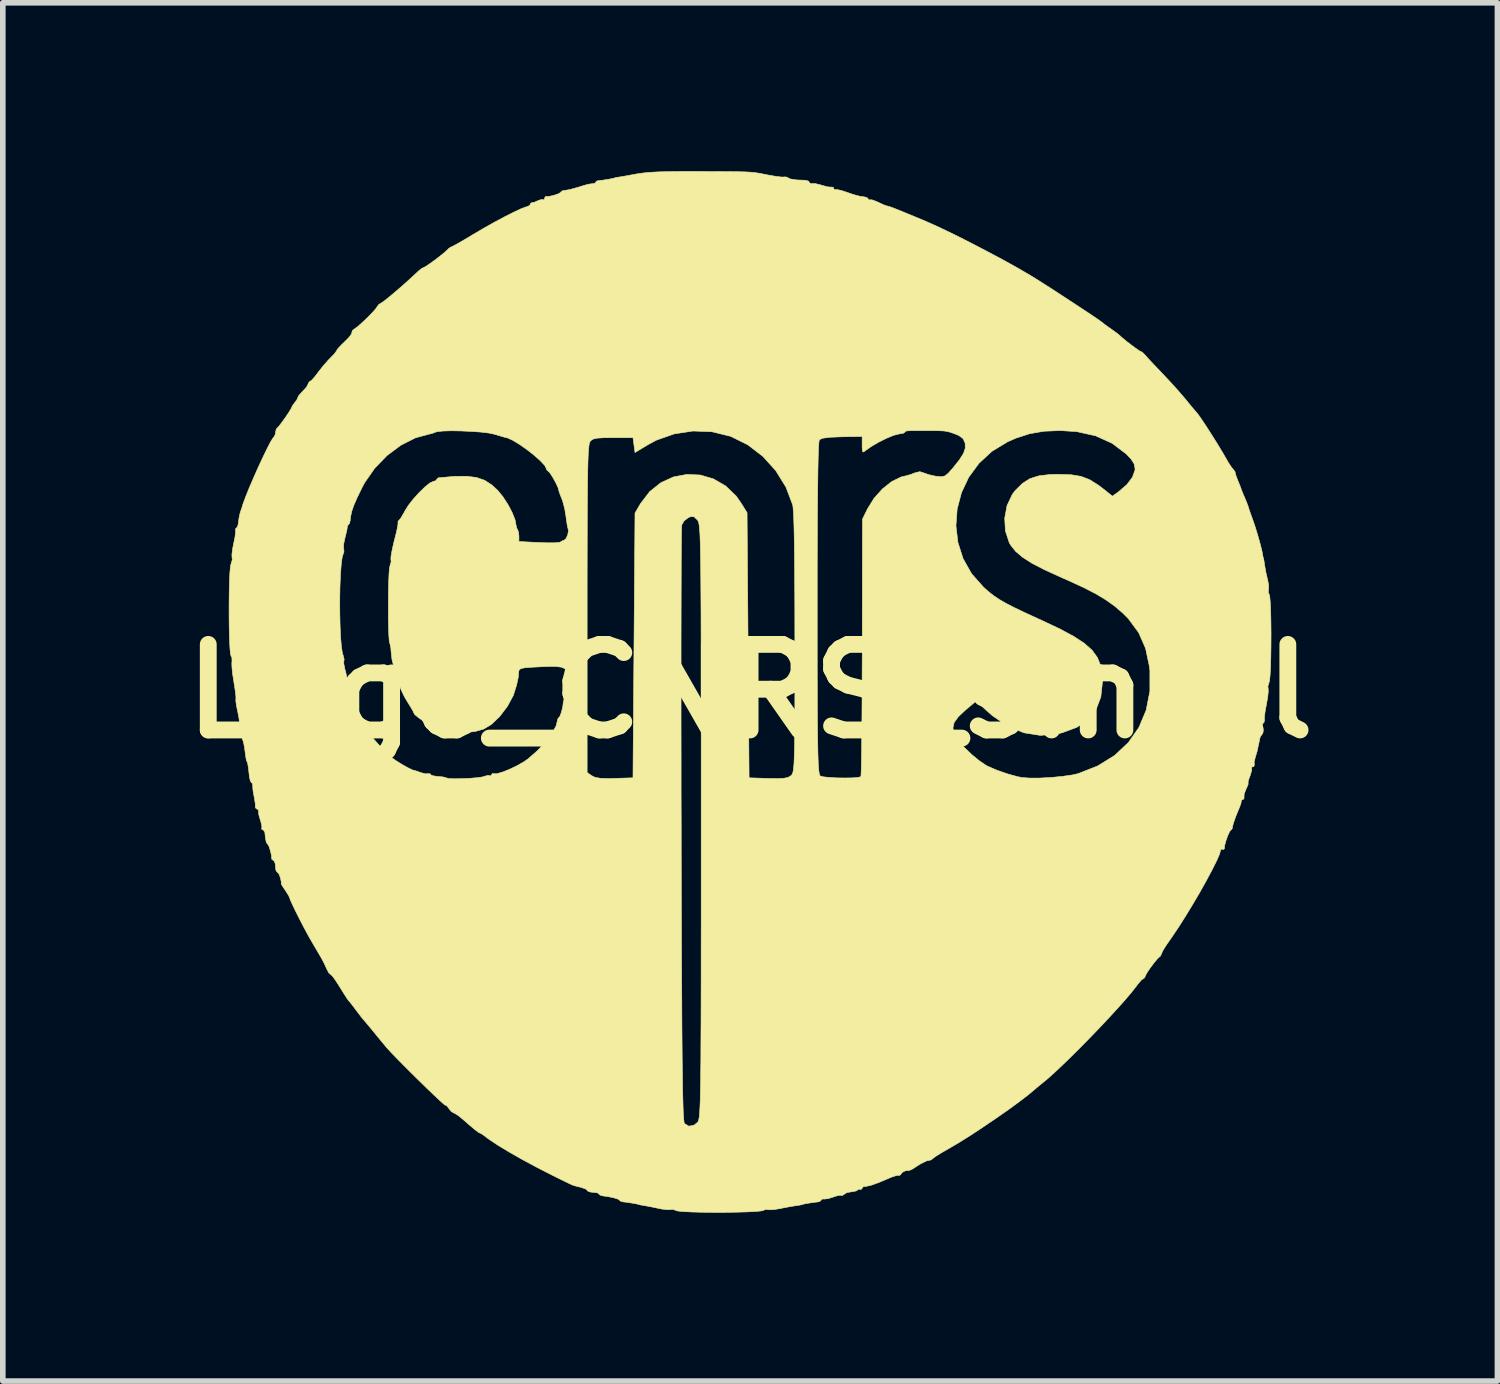
<source format=kicad_pcb>
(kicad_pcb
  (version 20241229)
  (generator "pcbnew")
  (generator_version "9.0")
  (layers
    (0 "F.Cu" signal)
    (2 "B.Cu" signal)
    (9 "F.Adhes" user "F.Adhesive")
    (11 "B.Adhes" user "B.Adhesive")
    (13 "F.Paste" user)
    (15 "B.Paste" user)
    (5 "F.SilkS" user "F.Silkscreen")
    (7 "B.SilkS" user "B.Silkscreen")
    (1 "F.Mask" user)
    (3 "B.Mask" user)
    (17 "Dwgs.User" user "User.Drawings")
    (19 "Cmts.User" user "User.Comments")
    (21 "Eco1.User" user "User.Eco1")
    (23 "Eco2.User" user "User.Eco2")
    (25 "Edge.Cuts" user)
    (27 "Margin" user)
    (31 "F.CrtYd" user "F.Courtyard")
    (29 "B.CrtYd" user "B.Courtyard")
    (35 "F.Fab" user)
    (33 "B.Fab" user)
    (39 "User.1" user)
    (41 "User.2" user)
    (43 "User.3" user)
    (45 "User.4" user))
  (footprint "Logo_CNRS_small"
    (layer "F.Cu")
    (at 10.312 9.264)
    (property "Reference" "Logo_CNRS_small" (at 0 0 0) (layer "F.SilkS") (effects (font (size 1.524 1.524) (thickness 0.3))))
    (attr through_hole)
    (fp_poly (pts (xy -0.871 -9.259) (xy -0.596 -9.258) (xy -0.382 -9.257) (xy -0.218 -9.255) (xy -0.093 -9.252) (xy 0.004 -9.247) (xy 0.085 -9.239) (xy 0.16 -9.228) (xy 0.242 -9.212) (xy 0.339 -9.193) (xy 0.467 -9.171) (xy 0.566 -9.16) (xy 0.617 -9.162) (xy 0.618 -9.163) (xy 0.662 -9.157) (xy 0.667 -9.15) (xy 0.718 -9.126) (xy 0.826 -9.109) (xy 0.975 -9.103) (xy 0.989 -9.103) (xy 1.043 -9.086) (xy 1.052 -9.066) (xy 1.078 -9.042) (xy 1.098 -9.045) (xy 1.159 -9.044) (xy 1.254 -9.021) (xy 1.283 -9.012) (xy 1.378 -8.986) (xy 1.445 -8.98) (xy 1.455 -8.983) (xy 1.485 -8.975) (xy 1.488 -8.959) (xy 1.5 -8.931) (xy 1.509 -8.936) (xy 1.553 -8.937) (xy 1.639 -8.917) (xy 1.681 -8.903) (xy 1.842 -8.848) (xy 1.957 -8.817) (xy 2.041 -8.806) (xy 2.095 -8.786) (xy 2.105 -8.767) (xy 2.121 -8.75) (xy 2.127 -8.755) (xy 2.17 -8.755) (xy 2.251 -8.725) (xy 2.281 -8.711) (xy 2.371 -8.669) (xy 2.433 -8.646) (xy 2.442 -8.645) (xy 2.486 -8.633) (xy 2.585 -8.596) (xy 2.741 -8.533) (xy 2.959 -8.443) (xy 3.138 -8.368) (xy 3.352 -8.272) (xy 3.612 -8.148) (xy 3.9 -8.003) (xy 4.201 -7.847) (xy 4.498 -7.689) (xy 4.773 -7.536) (xy 4.989 -7.41) (xy 5.082 -7.353) (xy 5.213 -7.27) (xy 5.37 -7.17) (xy 5.542 -7.058) (xy 5.719 -6.942) (xy 5.889 -6.83) (xy 6.041 -6.73) (xy 6.164 -6.647) (xy 6.246 -6.59) (xy 6.277 -6.566) (xy 6.316 -6.535) (xy 6.392 -6.48) (xy 6.423 -6.459) (xy 6.505 -6.4) (xy 6.56 -6.359) (xy 6.568 -6.352) (xy 6.617 -6.307) (xy 6.696 -6.241) (xy 6.788 -6.17) (xy 6.875 -6.106) (xy 6.938 -6.063) (xy 6.96 -6.053) (xy 6.989 -6.037) (xy 7.043 -5.983) (xy 7.045 -5.98) (xy 7.101 -5.917) (xy 7.193 -5.819) (xy 7.304 -5.702) (xy 7.361 -5.642) (xy 7.492 -5.503) (xy 7.626 -5.354) (xy 7.739 -5.223) (xy 7.767 -5.189) (xy 7.85 -5.087) (xy 7.915 -5.01) (xy 7.949 -4.972) (xy 7.949 -4.971) (xy 7.985 -4.927) (xy 8.049 -4.835) (xy 8.132 -4.71) (xy 8.223 -4.568) (xy 8.314 -4.423) (xy 8.395 -4.29) (xy 8.453 -4.191) (xy 8.518 -4.078) (xy 8.574 -3.992) (xy 8.608 -3.951) (xy 8.638 -3.913) (xy 8.639 -3.906) (xy 8.649 -3.86) (xy 8.68 -3.776) (xy 8.69 -3.751) (xy 8.725 -3.665) (xy 8.744 -3.615) (xy 8.745 -3.61) (xy 8.758 -3.575) (xy 8.79 -3.496) (xy 8.806 -3.461) (xy 8.846 -3.364) (xy 8.872 -3.295) (xy 8.875 -3.284) (xy 8.892 -3.23) (xy 8.925 -3.136) (xy 8.944 -3.084) (xy 8.993 -2.943) (xy 9.043 -2.78) (xy 9.087 -2.623) (xy 9.119 -2.495) (xy 9.127 -2.449) (xy 9.138 -2.39) (xy 9.143 -2.377) (xy 9.151 -2.345) (xy 9.163 -2.267) (xy 9.165 -2.252) (xy 9.186 -2.129) (xy 9.216 -1.997) (xy 9.219 -1.988) (xy 9.237 -1.89) (xy 9.237 -1.821) (xy 9.233 -1.812) (xy 9.232 -1.755) (xy 9.246 -1.731) (xy 9.258 -1.681) (xy 9.267 -1.572) (xy 9.274 -1.417) (xy 9.278 -1.23) (xy 9.28 -1.025) (xy 9.279 -0.814) (xy 9.276 -0.611) (xy 9.271 -0.43) (xy 9.263 -0.285) (xy 9.253 -0.188) (xy 9.244 -0.155) (xy 9.223 -0.085) (xy 9.228 -0.058) (xy 9.231 0.002) (xy 9.22 0.109) (xy 9.197 0.237) (xy 9.174 0.364) (xy 9.162 0.462) (xy 9.163 0.51) (xy 9.164 0.51) (xy 9.156 0.552) (xy 9.144 0.562) (xy 9.121 0.604) (xy 9.126 0.616) (xy 9.128 0.67) (xy 9.111 0.735) (xy 9.082 0.833) (xy 9.058 0.949) (xy 9.057 0.951) (xy 9.032 1.07) (xy 9 1.177) (xy 8.979 1.259) (xy 8.983 1.309) (xy 8.975 1.34) (xy 8.959 1.343) (xy 8.931 1.355) (xy 8.935 1.364) (xy 8.936 1.408) (xy 8.912 1.489) (xy 8.905 1.509) (xy 8.876 1.589) (xy 8.87 1.631) (xy 8.872 1.633) (xy 8.871 1.661) (xy 8.842 1.729) (xy 8.835 1.743) (xy 8.802 1.827) (xy 8.798 1.885) (xy 8.8 1.888) (xy 8.796 1.921) (xy 8.783 1.923) (xy 8.751 1.942) (xy 8.751 1.95) (xy 8.743 2.001) (xy 8.718 2.068) (xy 8.655 2.222) (xy 8.611 2.345) (xy 8.591 2.423) (xy 8.591 2.44) (xy 8.574 2.467) (xy 8.569 2.467) (xy 8.543 2.498) (xy 8.508 2.574) (xy 8.475 2.668) (xy 8.452 2.754) (xy 8.449 2.806) (xy 8.433 2.819) (xy 8.419 2.813) (xy 8.385 2.816) (xy 8.382 2.83) (xy 8.363 2.9) (xy 8.311 3.02) (xy 8.231 3.18) (xy 8.13 3.369) (xy 8.014 3.577) (xy 7.887 3.793) (xy 7.757 4.007) (xy 7.63 4.207) (xy 7.51 4.384) (xy 7.477 4.432) (xy 7.403 4.539) (xy 7.35 4.626) (xy 7.33 4.673) (xy 7.33 4.674) (xy 7.308 4.72) (xy 7.303 4.723) (xy 7.26 4.761) (xy 7.197 4.836) (xy 7.129 4.927) (xy 7.071 5.013) (xy 7.041 5.07) (xy 7.039 5.078) (xy 7.017 5.115) (xy 7.009 5.116) (xy 6.971 5.143) (xy 6.912 5.211) (xy 6.887 5.245) (xy 6.79 5.369) (xy 6.651 5.532) (xy 6.478 5.723) (xy 6.283 5.933) (xy 6.075 6.15) (xy 5.864 6.365) (xy 5.661 6.566) (xy 5.475 6.744) (xy 5.318 6.887) (xy 5.222 6.967) (xy 5.138 7.035) (xy 5.075 7.088) (xy 5.067 7.095) (xy 4.952 7.191) (xy 4.789 7.316) (xy 4.592 7.46) (xy 4.372 7.613) (xy 4.145 7.767) (xy 3.923 7.913) (xy 3.72 8.04) (xy 3.55 8.14) (xy 3.538 8.147) (xy 3.416 8.217) (xy 3.32 8.276) (xy 3.266 8.315) (xy 3.262 8.319) (xy 3.223 8.349) (xy 3.217 8.35) (xy 3.141 8.367) (xy 3.031 8.422) (xy 2.957 8.469) (xy 2.882 8.517) (xy 2.834 8.537) (xy 2.83 8.537) (xy 2.776 8.539) (xy 2.715 8.567) (xy 2.685 8.604) (xy 2.685 8.604) (xy 2.664 8.626) (xy 2.655 8.622) (xy 2.609 8.626) (xy 2.52 8.655) (xy 2.447 8.686) (xy 2.296 8.75) (xy 2.162 8.798) (xy 2.061 8.822) (xy 2.023 8.823) (xy 1.997 8.845) (xy 1.996 8.856) (xy 1.973 8.878) (xy 1.959 8.872) (xy 1.926 8.869) (xy 1.923 8.879) (xy 1.891 8.901) (xy 1.814 8.916) (xy 1.805 8.916) (xy 1.721 8.932) (xy 1.676 8.96) (xy 1.675 8.962) (xy 1.642 8.984) (xy 1.631 8.98) (xy 1.58 8.979) (xy 1.494 9.004) (xy 1.48 9.01) (xy 1.388 9.039) (xy 1.32 9.046) (xy 1.315 9.044) (xy 1.274 9.049) (xy 1.27 9.061) (xy 1.24 9.09) (xy 1.206 9.097) (xy 1.134 9.105) (xy 1.044 9.119) (xy 0.965 9.133) (xy 0.926 9.143) (xy 0.925 9.144) (xy 0.894 9.152) (xy 0.821 9.163) (xy 0.721 9.179) (xy 0.592 9.203) (xy 0.536 9.215) (xy 0.426 9.233) (xy 0.345 9.237) (xy 0.322 9.232) (xy 0.267 9.232) (xy 0.243 9.246) (xy 0.194 9.258) (xy 0.087 9.268) (xy -0.066 9.275) (xy -0.25 9.28) (xy -0.452 9.283) (xy -0.661 9.283) (xy -0.862 9.281) (xy -1.042 9.276) (xy -1.188 9.269) (xy -1.288 9.259) (xy -1.328 9.247) (xy -1.376 9.227) (xy -1.403 9.232) (xy -1.468 9.236) (xy -1.572 9.224) (xy -1.626 9.213) (xy -1.749 9.187) (xy -1.857 9.167) (xy -1.887 9.162) (xy -1.955 9.15) (xy -1.978 9.144) (xy -2.009 9.135) (xy -2.084 9.121) (xy -2.174 9.107) (xy -2.25 9.097) (xy -2.259 9.097) (xy -2.313 9.081) (xy -2.322 9.068) (xy -2.355 9.046) (xy -2.437 9.021) (xy -2.548 8.999) (xy -2.622 8.99) (xy -2.676 8.974) (xy -2.685 8.961) (xy -2.715 8.938) (xy -2.74 8.932) (xy -2.828 8.923) (xy -2.848 8.92) (xy -2.897 8.901) (xy -2.903 8.888) (xy -2.934 8.864) (xy -3.011 8.838) (xy -3.021 8.835) (xy -3.076 8.822) (xy -3.118 8.811) (xy -3.161 8.797) (xy -3.217 8.772) (xy -3.3 8.732) (xy -3.424 8.671) (xy -3.574 8.596) (xy -3.825 8.467) (xy -4.071 8.334) (xy -4.299 8.204) (xy -4.497 8.084) (xy -4.652 7.981) (xy -4.743 7.912) (xy -4.792 7.878) (xy -4.806 7.874) (xy -4.838 7.858) (xy -4.905 7.807) (xy -5.014 7.715) (xy -5.111 7.63) (xy -5.195 7.561) (xy -5.261 7.519) (xy -5.28 7.512) (xy -5.325 7.484) (xy -5.364 7.435) (xy -5.405 7.383) (xy -5.427 7.375) (xy -5.456 7.355) (xy -5.526 7.292) (xy -5.628 7.196) (xy -5.754 7.076) (xy -5.893 6.94) (xy -6.036 6.799) (xy -6.175 6.66) (xy -6.3 6.533) (xy -6.401 6.428) (xy -6.47 6.352) (xy -6.477 6.344) (xy -6.537 6.272) (xy -6.624 6.167) (xy -6.712 6.059) (xy -6.795 5.958) (xy -6.86 5.881) (xy -6.893 5.843) (xy -6.894 5.842) (xy -6.925 5.804) (xy -6.982 5.729) (xy -7.02 5.679) (xy -7.086 5.591) (xy -7.135 5.53) (xy -7.149 5.515) (xy -7.177 5.477) (xy -7.231 5.394) (xy -7.3 5.283) (xy -7.307 5.271) (xy -7.378 5.16) (xy -7.436 5.079) (xy -7.472 5.044) (xy -7.474 5.044) (xy -7.507 5.014) (xy -7.543 4.944) (xy -7.591 4.839) (xy -7.647 4.735) (xy -7.703 4.64) (xy -7.775 4.518) (xy -7.816 4.447) (xy -7.881 4.333) (xy -7.955 4.194) (xy -8.031 4.047) (xy -8.102 3.906) (xy -8.158 3.789) (xy -8.193 3.709) (xy -8.201 3.684) (xy -8.22 3.64) (xy -8.268 3.564) (xy -8.282 3.543) (xy -8.331 3.471) (xy -8.352 3.432) (xy -8.352 3.429) (xy -8.351 3.399) (xy -8.365 3.329) (xy -8.391 3.257) (xy -8.416 3.229) (xy -8.443 3.2) (xy -8.449 3.175) (xy -8.458 3.087) (xy -8.461 3.066) (xy -8.482 3.018) (xy -8.497 3.012) (xy -8.523 2.988) (xy -8.522 2.985) (xy -8.526 2.925) (xy -8.545 2.842) (xy -8.57 2.765) (xy -8.593 2.723) (xy -8.597 2.721) (xy -8.618 2.694) (xy -8.635 2.605) (xy -8.644 2.513) (xy -8.671 2.471) (xy -8.684 2.467) (xy -8.704 2.453) (xy -8.699 2.446) (xy -8.697 2.402) (xy -8.717 2.317) (xy -8.727 2.286) (xy -8.753 2.194) (xy -8.758 2.134) (xy -8.754 2.126) (xy -8.761 2.106) (xy -8.777 2.105) (xy -8.812 2.077) (xy -8.813 2.059) (xy -8.815 1.997) (xy -8.831 1.898) (xy -8.837 1.869) (xy -8.855 1.766) (xy -8.861 1.69) (xy -8.859 1.678) (xy -8.869 1.636) (xy -8.879 1.633) (xy -8.902 1.601) (xy -8.919 1.524) (xy -8.92 1.515) (xy -8.936 1.369) (xy -8.951 1.278) (xy -8.963 1.252) (xy -8.97 1.24) (xy -8.98 1.194) (xy -8.993 1.1) (xy -9.007 0.996) (xy -9.025 0.904) (xy -9.047 0.845) (xy -9.057 0.779) (xy -9.05 0.747) (xy -9.051 0.698) (xy -9.071 0.689) (xy -9.1 0.663) (xy -9.096 0.638) (xy -9.093 0.577) (xy -9.106 0.472) (xy -9.125 0.376) (xy -9.149 0.26) (xy -9.161 0.174) (xy -9.16 0.142) (xy -9.159 0.098) (xy -9.17 0.001) (xy -9.19 -0.131) (xy -9.198 -0.178) (xy -9.22 -0.321) (xy -9.231 -0.442) (xy -9.232 -0.517) (xy -9.229 -0.528) (xy -9.231 -0.601) (xy -9.246 -0.626) (xy -9.258 -0.677) (xy -9.267 -0.786) (xy -9.274 -0.942) (xy -9.279 -1.131) (xy -9.281 -1.34) (xy -9.281 -1.555) (xy -9.28 -1.637) (xy -7.31 -1.637) (xy -7.309 -1.402) (xy -7.304 -1.176) (xy -7.295 -0.971) (xy -7.281 -0.802) (xy -7.263 -0.68) (xy -7.245 -0.626) (xy -7.231 -0.566) (xy -7.236 -0.549) (xy -7.239 -0.497) (xy -7.221 -0.405) (xy -7.208 -0.358) (xy -7.183 -0.252) (xy -7.173 -0.172) (xy -7.176 -0.154) (xy -7.165 -0.113) (xy -7.149 -0.109) (xy -7.123 -0.089) (xy -7.127 -0.078) (xy -7.125 -0.026) (xy -7.099 0.074) (xy -7.053 0.206) (xy -6.994 0.352) (xy -6.929 0.497) (xy -6.864 0.623) (xy -6.86 0.629) (xy -6.711 0.845) (xy -6.521 1.057) (xy -6.378 1.187) (xy -6.3 1.242) (xy -6.198 1.305) (xy -6.095 1.363) (xy -6.015 1.401) (xy -5.987 1.409) (xy -5.944 1.421) (xy -5.866 1.449) (xy -5.783 1.471) (xy -5.73 1.468) (xy -5.699 1.47) (xy -5.697 1.48) (xy -5.665 1.502) (xy -5.586 1.516) (xy -5.565 1.517) (xy -5.472 1.526) (xy -5.415 1.541) (xy -5.411 1.544) (xy -5.364 1.555) (xy -5.265 1.559) (xy -5.136 1.557) (xy -4.997 1.551) (xy -4.868 1.54) (xy -4.771 1.527) (xy -4.728 1.513) (xy -4.666 1.498) (xy -4.646 1.505) (xy -4.612 1.502) (xy -4.608 1.488) (xy -4.587 1.463) (xy -4.575 1.468) (xy -4.516 1.47) (xy -4.413 1.441) (xy -4.285 1.39) (xy -4.149 1.325) (xy -4.024 1.253) (xy -3.955 1.204) (xy -3.788 1.058) (xy -3.642 0.902) (xy -3.528 0.751) (xy -3.456 0.617) (xy -3.437 0.541) (xy -3.422 0.484) (xy -3.408 0.472) (xy -3.385 0.441) (xy -3.359 0.366) (xy -3.337 0.276) (xy -3.328 0.199) (xy -3.328 0.191) (xy -3.313 0.148) (xy -3.304 0.145) (xy -3.286 0.112) (xy -3.27 0.022) (xy -3.26 -0.107) (xy -3.255 -0.259) (xy -3.255 -0.266) (xy -3.263 -0.345) (xy -3.294 -0.398) (xy -3.359 -0.429) (xy -3.468 -0.442) (xy -3.634 -0.441) (xy -3.737 -0.436) (xy -3.907 -0.427) (xy -4.017 -0.418) (xy -4.081 -0.404) (xy -4.112 -0.383) (xy -4.122 -0.35) (xy -4.124 -0.327) (xy -4.13 -0.251) (xy -4.136 -0.218) (xy -4.147 -0.172) (xy -4.158 -0.115) (xy -4.218 0.075) (xy -4.324 0.27) (xy -4.459 0.448) (xy -4.61 0.592) (xy -4.747 0.674) (xy -4.897 0.716) (xy -5.084 0.738) (xy -5.277 0.74) (xy -5.445 0.719) (xy -5.492 0.706) (xy -5.586 0.666) (xy -5.698 0.605) (xy -5.812 0.536) (xy -5.91 0.468) (xy -5.973 0.415) (xy -5.987 0.392) (xy -6.006 0.35) (xy -6.053 0.269) (xy -6.091 0.21) (xy -6.158 0.097) (xy -6.218 -0.03) (xy -6.264 -0.149) (xy -6.286 -0.237) (xy -6.285 -0.263) (xy -6.305 -0.289) (xy -6.316 -0.29) (xy -6.338 -0.312) (xy -6.334 -0.324) (xy -6.331 -0.378) (xy -6.351 -0.456) (xy -6.379 -0.565) (xy -6.393 -0.686) (xy -6.393 -0.686) (xy -6.401 -0.783) (xy -6.416 -0.848) (xy -6.419 -0.853) (xy -6.429 -0.905) (xy -6.436 -1.014) (xy -6.441 -1.166) (xy -6.444 -1.347) (xy -6.444 -1.465) (xy -2.903 -1.465) (xy -2.903 1.447) (xy -2.821 1.505) (xy -2.76 1.534) (xy -2.668 1.55) (xy -2.531 1.555) (xy -2.413 1.552) (xy -2.086 1.542) (xy -2.075 0.081) (xy -1.23 0.081) (xy -1.23 0.625) (xy -1.229 1.197) (xy -1.229 1.792) (xy -1.227 2.384) (xy -1.226 3.132) (xy -1.224 3.81) (xy -1.222 4.422) (xy -1.22 4.97) (xy -1.217 5.458) (xy -1.215 5.888) (xy -1.212 6.264) (xy -1.209 6.589) (xy -1.205 6.865) (xy -1.202 7.096) (xy -1.197 7.285) (xy -1.193 7.434) (xy -1.188 7.547) (xy -1.182 7.627) (xy -1.176 7.677) (xy -1.17 7.7) (xy -1.169 7.701) (xy -1.091 7.748) (xy -0.999 7.73) (xy -0.934 7.678) (xy -0.926 7.666) (xy -0.918 7.646) (xy -0.911 7.616) (xy -0.904 7.571) (xy -0.899 7.509) (xy -0.894 7.425) (xy -0.889 7.317) (xy -0.886 7.18) (xy -0.882 7.012) (xy -0.88 6.808) (xy -0.877 6.566) (xy -0.876 6.282) (xy -0.874 5.951) (xy -0.873 5.572) (xy -0.872 5.14) (xy -0.872 4.651) (xy -0.871 4.103) (xy -0.871 3.492) (xy -0.871 2.814) (xy -0.871 2.321) (xy -0.871 1.597) (xy -0.871 0.943) (xy -0.871 0.354) (xy -0.872 -0.173) (xy -0.872 -0.642) (xy -0.873 -1.056) (xy -0.874 -1.418) (xy -0.876 -1.732) (xy -0.878 -2.002) (xy -0.88 -2.231) (xy -0.883 -2.423) (xy -0.886 -2.58) (xy -0.89 -2.708) (xy -0.894 -2.809) (xy -0.9 -2.886) (xy -0.905 -2.944) (xy -0.912 -2.986) (xy -0.919 -3.015) (xy -0.928 -3.035) (xy -0.937 -3.049) (xy -0.939 -3.052) (xy -0.997 -3.108) (xy -1.054 -3.112) (xy -1.101 -3.093) (xy -1.179 -3.032) (xy -1.217 -2.963) (xy -1.22 -2.918) (xy -1.222 -2.803) (xy -1.224 -2.625) (xy -1.226 -2.386) (xy -1.227 -2.091) (xy -1.228 -1.744) (xy -1.229 -1.349) (xy -1.23 -0.911) (xy -1.23 -0.433) (xy -1.23 0.081) (xy -2.075 0.081) (xy -2.068 -0.816) (xy -2.05 -3.175) (xy -1.951 -3.344) (xy -1.787 -3.558) (xy -1.588 -3.716) (xy -1.365 -3.818) (xy -1.127 -3.863) (xy -0.886 -3.852) (xy -0.652 -3.783) (xy -0.436 -3.658) (xy -0.247 -3.476) (xy -0.164 -3.358) (xy -0.054 -3.181) (xy -0.036 -0.819) (xy -0.018 1.542) (xy 0.322 1.553) (xy 0.491 1.555) (xy 0.604 1.55) (xy 0.677 1.534) (xy 0.725 1.506) (xy 0.73 1.502) (xy 0.744 1.487) (xy 0.756 1.465) (xy 0.766 1.431) (xy 0.774 1.379) (xy 0.781 1.304) (xy 0.786 1.201) (xy 0.79 1.064) (xy 0.793 0.888) (xy 0.795 0.668) (xy 0.797 0.397) (xy 0.798 0.071) (xy 0.798 -0.315) (xy 0.798 -0.768) (xy 0.798 -0.867) (xy 0.797 -1.423) (xy 0.797 -1.483) (xy 1.196 -1.483) (xy 1.196 -0.945) (xy 1.196 -0.474) (xy 1.197 -0.068) (xy 1.198 0.28) (xy 1.2 0.573) (xy 1.203 0.817) (xy 1.206 1.015) (xy 1.21 1.172) (xy 1.215 1.293) (xy 1.221 1.382) (xy 1.228 1.444) (xy 1.236 1.483) (xy 1.245 1.504) (xy 1.25 1.509) (xy 1.305 1.524) (xy 1.41 1.535) (xy 1.544 1.543) (xy 1.688 1.545) (xy 1.821 1.543) (xy 1.923 1.535) (xy 1.973 1.522) (xy 1.974 1.522) (xy 1.977 1.483) (xy 1.981 1.378) (xy 1.984 1.212) (xy 1.987 0.993) (xy 1.99 0.726) (xy 1.991 0.656) (xy 3.613 0.656) (xy 3.638 0.762) (xy 3.642 0.773) (xy 3.705 0.873) (xy 3.81 0.995) (xy 3.942 1.122) (xy 4.08 1.236) (xy 4.207 1.322) (xy 4.23 1.334) (xy 4.394 1.405) (xy 4.583 1.471) (xy 4.763 1.521) (xy 4.844 1.537) (xy 4.981 1.547) (xy 5.165 1.546) (xy 5.37 1.535) (xy 5.572 1.515) (xy 5.746 1.49) (xy 5.842 1.468) (xy 6.193 1.33) (xy 6.493 1.144) (xy 6.739 0.913) (xy 6.927 0.643) (xy 7.056 0.336) (xy 7.122 -0.001) (xy 7.122 -0.366) (xy 7.113 -0.443) (xy 7.045 -0.765) (xy 6.923 -1.043) (xy 6.742 -1.289) (xy 6.64 -1.392) (xy 6.498 -1.514) (xy 6.343 -1.625) (xy 6.163 -1.734) (xy 5.946 -1.846) (xy 5.677 -1.97) (xy 5.534 -2.033) (xy 5.247 -2.164) (xy 5.022 -2.28) (xy 4.852 -2.389) (xy 4.728 -2.495) (xy 4.642 -2.604) (xy 4.617 -2.647) (xy 4.548 -2.857) (xy 4.536 -3.084) (xy 4.577 -3.307) (xy 4.67 -3.505) (xy 4.725 -3.577) (xy 4.851 -3.702) (xy 4.984 -3.787) (xy 5.141 -3.837) (xy 5.339 -3.861) (xy 5.497 -3.864) (xy 5.719 -3.857) (xy 5.894 -3.828) (xy 6.047 -3.77) (xy 6.202 -3.673) (xy 6.32 -3.583) (xy 6.454 -3.475) (xy 6.562 -3.552) (xy 6.711 -3.68) (xy 6.812 -3.814) (xy 6.857 -3.942) (xy 6.858 -3.964) (xy 6.842 -4.05) (xy 6.785 -4.139) (xy 6.7 -4.228) (xy 6.45 -4.417) (xy 6.156 -4.55) (xy 5.82 -4.625) (xy 5.526 -4.644) (xy 5.234 -4.632) (xy 4.98 -4.588) (xy 4.736 -4.509) (xy 4.588 -4.444) (xy 4.308 -4.274) (xy 4.077 -4.061) (xy 3.895 -3.813) (xy 3.766 -3.539) (xy 3.689 -3.248) (xy 3.667 -2.949) (xy 3.702 -2.651) (xy 3.794 -2.363) (xy 3.945 -2.095) (xy 4.157 -1.855) (xy 4.16 -1.852) (xy 4.25 -1.772) (xy 4.339 -1.703) (xy 4.436 -1.637) (xy 4.552 -1.57) (xy 4.699 -1.494) (xy 4.887 -1.404) (xy 5.128 -1.293) (xy 5.214 -1.254) (xy 5.521 -1.109) (xy 5.765 -0.978) (xy 5.953 -0.855) (xy 6.091 -0.733) (xy 6.185 -0.604) (xy 6.243 -0.463) (xy 6.271 -0.303) (xy 6.277 -0.167) (xy 6.248 0.102) (xy 6.163 0.325) (xy 6.021 0.505) (xy 5.82 0.643) (xy 5.56 0.739) (xy 5.465 0.761) (xy 5.17 0.786) (xy 4.879 0.74) (xy 4.594 0.623) (xy 4.319 0.437) (xy 4.237 0.365) (xy 4.028 0.174) (xy 3.843 0.329) (xy 3.71 0.453) (xy 3.635 0.557) (xy 3.613 0.656) (xy 1.991 0.656) (xy 1.993 0.417) (xy 1.995 0.073) (xy 1.996 -0.301) (xy 1.998 -0.697) (xy 1.998 -0.782) (xy 2.002 -3.066) (xy 2.09 -3.246) (xy 2.207 -3.436) (xy 2.357 -3.604) (xy 2.523 -3.735) (xy 2.69 -3.817) (xy 2.753 -3.832) (xy 2.861 -3.861) (xy 2.93 -3.889) (xy 3.023 -3.912) (xy 3.093 -3.89) (xy 3.183 -3.858) (xy 3.3 -3.832) (xy 3.323 -3.829) (xy 3.408 -3.821) (xy 3.469 -3.835) (xy 3.529 -3.882) (xy 3.611 -3.974) (xy 3.613 -3.977) (xy 3.731 -4.125) (xy 3.802 -4.238) (xy 3.833 -4.33) (xy 3.831 -4.415) (xy 3.829 -4.425) (xy 3.794 -4.501) (xy 3.719 -4.556) (xy 3.654 -4.583) (xy 3.578 -4.61) (xy 3.517 -4.627) (xy 3.453 -4.637) (xy 3.366 -4.641) (xy 3.237 -4.643) (xy 3.139 -4.643) (xy 2.969 -4.643) (xy 2.859 -4.642) (xy 2.795 -4.638) (xy 2.766 -4.631) (xy 2.758 -4.619) (xy 2.758 -4.615) (xy 2.726 -4.595) (xy 2.65 -4.583) (xy 2.65 -4.583) (xy 2.559 -4.56) (xy 2.432 -4.508) (xy 2.292 -4.438) (xy 2.161 -4.362) (xy 2.062 -4.292) (xy 2.059 -4.29) (xy 2.019 -4.261) (xy 2.001 -4.276) (xy 1.996 -4.347) (xy 1.996 -4.386) (xy 1.996 -4.539) (xy 1.634 -4.533) (xy 1.429 -4.525) (xy 1.295 -4.508) (xy 1.234 -4.481) (xy 1.234 -4.481) (xy 1.226 -4.439) (xy 1.219 -4.332) (xy 1.213 -4.158) (xy 1.208 -3.918) (xy 1.204 -3.61) (xy 1.2 -3.234) (xy 1.198 -2.787) (xy 1.196 -2.271) (xy 1.196 -1.682) (xy 1.196 -1.483) (xy 0.797 -1.483) (xy 0.795 -1.909) (xy 0.792 -2.323) (xy 0.788 -2.667) (xy 0.782 -2.94) (xy 0.775 -3.141) (xy 0.766 -3.27) (xy 0.759 -3.32) (xy 0.638 -3.638) (xy 0.458 -3.929) (xy 0.228 -4.184) (xy -0.041 -4.39) (xy -0.341 -4.539) (xy -0.357 -4.544) (xy -0.679 -4.623) (xy -1.016 -4.636) (xy -1.351 -4.585) (xy -1.669 -4.473) (xy -1.823 -4.39) (xy -2.05 -4.253) (xy -2.068 -4.385) (xy -2.086 -4.518) (xy -2.443 -4.518) (xy -2.611 -4.516) (xy -2.722 -4.509) (xy -2.79 -4.494) (xy -2.832 -4.469) (xy -2.851 -4.447) (xy -2.861 -4.425) (xy -2.869 -4.384) (xy -2.876 -4.318) (xy -2.883 -4.224) (xy -2.888 -4.098) (xy -2.892 -3.934) (xy -2.895 -3.728) (xy -2.898 -3.476) (xy -2.9 -3.173) (xy -2.901 -2.814) (xy -2.902 -2.396) (xy -2.903 -1.913) (xy -2.903 -1.465) (xy -6.444 -1.465) (xy -6.444 -1.543) (xy -6.443 -1.739) (xy -6.439 -1.921) (xy -6.433 -2.074) (xy -6.425 -2.185) (xy -6.414 -2.239) (xy -6.414 -2.24) (xy -6.393 -2.31) (xy -6.398 -2.336) (xy -6.398 -2.392) (xy -6.38 -2.499) (xy -6.35 -2.637) (xy -6.334 -2.699) (xy -6.299 -2.837) (xy -6.277 -2.944) (xy -6.27 -3.005) (xy -6.273 -3.012) (xy -6.272 -3.029) (xy -6.259 -3.039) (xy -6.221 -3.086) (xy -6.17 -3.173) (xy -6.15 -3.211) (xy -6.088 -3.31) (xy -5.999 -3.424) (xy -5.896 -3.538) (xy -5.793 -3.638) (xy -5.705 -3.71) (xy -5.646 -3.737) (xy -5.645 -3.737) (xy -5.595 -3.753) (xy -5.588 -3.768) (xy -5.559 -3.799) (xy -5.543 -3.803) (xy -5.267 -3.828) (xy -5.049 -3.83) (xy -4.874 -3.808) (xy -4.729 -3.758) (xy -4.602 -3.676) (xy -4.497 -3.58) (xy -4.404 -3.466) (xy -4.313 -3.326) (xy -4.237 -3.181) (xy -4.186 -3.052) (xy -4.173 -2.977) (xy -4.158 -2.908) (xy -4.146 -2.888) (xy -4.125 -2.834) (xy -4.118 -2.764) (xy -4.118 -2.667) (xy -3.756 -2.649) (xy -3.602 -2.644) (xy -3.478 -2.645) (xy -3.399 -2.651) (xy -3.381 -2.658) (xy -3.339 -2.683) (xy -3.321 -2.685) (xy -3.281 -2.716) (xy -3.249 -2.785) (xy -3.235 -2.86) (xy -3.243 -2.895) (xy -3.255 -2.944) (xy -3.27 -3.039) (xy -3.279 -3.109) (xy -3.302 -3.249) (xy -3.337 -3.383) (xy -3.353 -3.427) (xy -3.388 -3.515) (xy -3.406 -3.57) (xy -3.407 -3.576) (xy -3.421 -3.628) (xy -3.46 -3.711) (xy -3.51 -3.803) (xy -3.559 -3.88) (xy -3.592 -3.918) (xy -3.596 -3.919) (xy -3.626 -3.947) (xy -3.629 -3.963) (xy -3.657 -4.021) (xy -3.734 -4.104) (xy -3.844 -4.202) (xy -3.972 -4.303) (xy -4.105 -4.396) (xy -4.227 -4.47) (xy -4.323 -4.514) (xy -4.352 -4.52) (xy -4.395 -4.531) (xy -4.485 -4.558) (xy -4.556 -4.579) (xy -4.655 -4.6) (xy -4.798 -4.617) (xy -4.968 -4.629) (xy -5.148 -4.637) (xy -5.319 -4.64) (xy -5.465 -4.636) (xy -5.568 -4.626) (xy -5.606 -4.615) (xy -5.672 -4.59) (xy -5.696 -4.586) (xy -5.96 -4.515) (xy -6.221 -4.383) (xy -6.468 -4.199) (xy -6.687 -3.973) (xy -6.866 -3.716) (xy -6.908 -3.637) (xy -6.999 -3.451) (xy -7.06 -3.311) (xy -7.098 -3.2) (xy -7.118 -3.103) (xy -7.124 -3.039) (xy -7.138 -2.985) (xy -7.15 -2.975) (xy -7.172 -2.946) (xy -7.174 -2.93) (xy -7.183 -2.869) (xy -7.207 -2.77) (xy -7.217 -2.73) (xy -7.239 -2.628) (xy -7.243 -2.554) (xy -7.238 -2.539) (xy -7.235 -2.48) (xy -7.245 -2.458) (xy -7.267 -2.385) (xy -7.284 -2.253) (xy -7.297 -2.075) (xy -7.306 -1.865) (xy -7.31 -1.637) (xy -9.28 -1.637) (xy -9.279 -1.765) (xy -9.274 -1.955) (xy -9.267 -2.112) (xy -9.257 -2.223) (xy -9.245 -2.276) (xy -9.244 -2.276) (xy -9.223 -2.346) (xy -9.228 -2.373) (xy -9.231 -2.434) (xy -9.218 -2.54) (xy -9.199 -2.635) (xy -9.175 -2.753) (xy -9.165 -2.841) (xy -9.167 -2.875) (xy -9.162 -2.902) (xy -9.155 -2.903) (xy -9.129 -2.934) (xy -9.118 -2.985) (xy -9.106 -3.075) (xy -9.088 -3.164) (xy -9.072 -3.217) (xy -9.07 -3.22) (xy -9.057 -3.257) (xy -9.031 -3.343) (xy -8.982 -3.474) (xy -8.917 -3.635) (xy -8.84 -3.813) (xy -8.759 -3.996) (xy -8.678 -4.17) (xy -8.604 -4.322) (xy -8.544 -4.439) (xy -8.502 -4.507) (xy -8.491 -4.518) (xy -8.46 -4.569) (xy -8.455 -4.607) (xy -8.441 -4.67) (xy -8.426 -4.687) (xy -8.394 -4.72) (xy -8.338 -4.794) (xy -8.272 -4.886) (xy -8.212 -4.976) (xy -8.172 -5.043) (xy -8.164 -5.063) (xy -8.144 -5.1) (xy -8.11 -5.143) (xy -8.067 -5.204) (xy -8.056 -5.235) (xy -8.033 -5.276) (xy -7.974 -5.34) (xy -7.966 -5.348) (xy -7.903 -5.417) (xy -7.874 -5.471) (xy -7.874 -5.474) (xy -7.853 -5.513) (xy -7.844 -5.515) (xy -7.808 -5.543) (xy -7.747 -5.612) (xy -7.699 -5.676) (xy -7.609 -5.791) (xy -7.513 -5.9) (xy -7.475 -5.939) (xy -7.407 -6.009) (xy -7.369 -6.06) (xy -7.366 -6.069) (xy -7.341 -6.106) (xy -7.277 -6.174) (xy -7.221 -6.227) (xy -7.144 -6.305) (xy -7.1 -6.366) (xy -7.095 -6.388) (xy -7.084 -6.427) (xy -7.048 -6.454) (xy -6.99 -6.496) (xy -6.907 -6.57) (xy -6.814 -6.658) (xy -6.728 -6.746) (xy -6.665 -6.818) (xy -6.64 -6.857) (xy -6.64 -6.857) (xy -6.612 -6.892) (xy -6.571 -6.916) (xy -6.517 -6.953) (xy -6.423 -7.028) (xy -6.301 -7.131) (xy -6.165 -7.249) (xy -6.027 -7.374) (xy -5.909 -7.484) (xy -5.85 -7.532) (xy -5.818 -7.547) (xy -5.777 -7.568) (xy -5.699 -7.621) (xy -5.601 -7.692) (xy -5.503 -7.768) (xy -5.423 -7.834) (xy -5.379 -7.876) (xy -5.376 -7.881) (xy -5.338 -7.91) (xy -5.335 -7.91) (xy -5.295 -7.928) (xy -5.205 -7.977) (xy -5.081 -8.049) (xy -4.933 -8.137) (xy -4.93 -8.139) (xy -4.745 -8.248) (xy -4.555 -8.355) (xy -4.371 -8.453) (xy -4.207 -8.536) (xy -4.074 -8.598) (xy -3.984 -8.631) (xy -3.96 -8.636) (xy -3.921 -8.661) (xy -3.919 -8.672) (xy -3.899 -8.702) (xy -3.892 -8.701) (xy -3.842 -8.711) (xy -3.788 -8.736) (xy -3.72 -8.76) (xy -3.688 -8.756) (xy -3.667 -8.76) (xy -3.665 -8.775) (xy -3.647 -8.812) (xy -3.638 -8.813) (xy -3.577 -8.816) (xy -3.494 -8.835) (xy -3.417 -8.861) (xy -3.376 -8.885) (xy -3.375 -8.888) (xy -3.346 -8.914) (xy -3.329 -8.917) (xy -3.212 -8.937) (xy -3.054 -8.981) (xy -2.979 -9.005) (xy -2.882 -9.032) (xy -2.811 -9.042) (xy -2.803 -9.041) (xy -2.761 -9.051) (xy -2.758 -9.062) (xy -2.728 -9.09) (xy -2.694 -9.097) (xy -2.62 -9.105) (xy -2.53 -9.119) (xy -2.451 -9.134) (xy -2.413 -9.144) (xy -2.413 -9.145) (xy -2.383 -9.153) (xy -2.34 -9.159) (xy -2.258 -9.172) (xy -2.146 -9.192) (xy -2.123 -9.197) (xy -2.011 -9.217) (xy -1.901 -9.233) (xy -1.781 -9.244) (xy -1.64 -9.252) (xy -1.465 -9.257) (xy -1.245 -9.259) (xy -0.968 -9.259) (xy -0.871 -9.259)) (stroke (width 0.01) (type solid)) (fill yes) (layer "F.SilkS")))
  (gr_rect
    (start -3 -3)
    (end 23.625 21.552)
    (stroke (width 0.1) (type default))
    (fill no)
    (layer "Edge.Cuts")))
</source>
